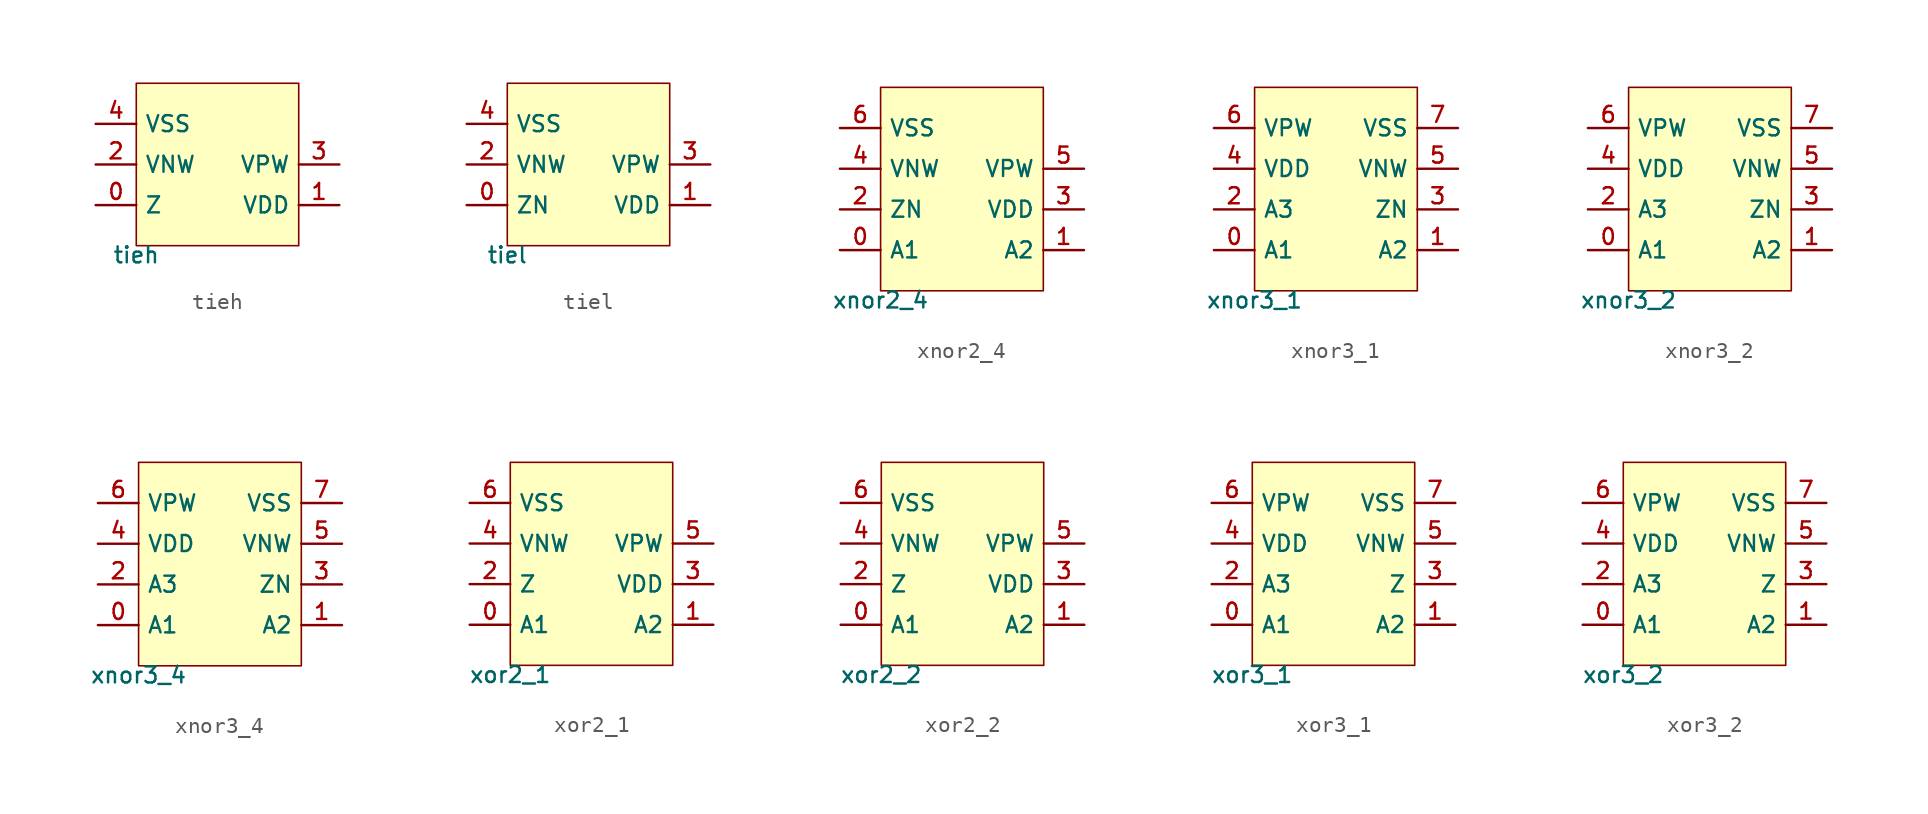
<source format=kicad_sym>
(kicad_symbol_lib
  (version 20211014)
  (generator pdk2kicad)
  (symbol "tieh"
    (property "Reference" "X"
      (at 0 0 0)
      (effects (font (size 1 1)) hide))
    (property "Value" "tieh"
      (at -5.08 -5.08 0)
      (effects (font (size 1 1)) (justify top)))
    (rectangle
      (start -5.08 -5.08)
      (end 5.08 5.08)
      (stroke (width 0.1) (type solid) (color 0 0 0 0))
      (fill (type background)))
    (pin bidirectional line
      (at -7.62 -2.54 0)
      (length 2.54)
      (name "Z" (effects (font (size 1 1)) hide))
      (number "0" (effects (font (size 1 1)) hide)))
    (pin bidirectional line
      (at 7.62 -2.54 180)
      (length 2.54)
      (name "VDD" (effects (font (size 1 1)) hide))
      (number "1" (effects (font (size 1 1)) hide)))
    (pin bidirectional line
      (at -7.62 0.0 0)
      (length 2.54)
      (name "VNW" (effects (font (size 1 1)) hide))
      (number "2" (effects (font (size 1 1)) hide)))
    (pin bidirectional line
      (at 7.62 0.0 180)
      (length 2.54)
      (name "VPW" (effects (font (size 1 1)) hide))
      (number "3" (effects (font (size 1 1)) hide)))
    (pin bidirectional line
      (at -7.62 2.54 0)
      (length 2.54)
      (name "VSS" (effects (font (size 1 1)) hide))
      (number "4" (effects (font (size 1 1)) hide))))
  (symbol "tiel"
    (property "Reference" "X"
      (at 0 0 0)
      (effects (font (size 1 1)) hide))
    (property "Value" "tiel"
      (at -5.08 -5.08 0)
      (effects (font (size 1 1)) (justify top)))
    (rectangle
      (start -5.08 -5.08)
      (end 5.08 5.08)
      (stroke (width 0.1) (type solid) (color 0 0 0 0))
      (fill (type background)))
    (pin bidirectional line
      (at -7.62 -2.54 0)
      (length 2.54)
      (name "ZN" (effects (font (size 1 1)) hide))
      (number "0" (effects (font (size 1 1)) hide)))
    (pin bidirectional line
      (at 7.62 -2.54 180)
      (length 2.54)
      (name "VDD" (effects (font (size 1 1)) hide))
      (number "1" (effects (font (size 1 1)) hide)))
    (pin bidirectional line
      (at -7.62 0.0 0)
      (length 2.54)
      (name "VNW" (effects (font (size 1 1)) hide))
      (number "2" (effects (font (size 1 1)) hide)))
    (pin bidirectional line
      (at 7.62 0.0 180)
      (length 2.54)
      (name "VPW" (effects (font (size 1 1)) hide))
      (number "3" (effects (font (size 1 1)) hide)))
    (pin bidirectional line
      (at -7.62 2.54 0)
      (length 2.54)
      (name "VSS" (effects (font (size 1 1)) hide))
      (number "4" (effects (font (size 1 1)) hide))))
  (symbol "xnor2_4"
    (property "Reference" "X"
      (at 0 0 0)
      (effects (font (size 1 1)) hide))
    (property "Value" "xnor2_4"
      (at -5.08 -6.35 0)
      (effects (font (size 1 1)) (justify top)))
    (rectangle
      (start -5.08 -6.35)
      (end 5.08 6.35)
      (stroke (width 0.1) (type solid) (color 0 0 0 0))
      (fill (type background)))
    (pin bidirectional line
      (at -7.62 -3.81 0)
      (length 2.54)
      (name "A1" (effects (font (size 1 1)) hide))
      (number "0" (effects (font (size 1 1)) hide)))
    (pin bidirectional line
      (at 7.62 -3.81 180)
      (length 2.54)
      (name "A2" (effects (font (size 1 1)) hide))
      (number "1" (effects (font (size 1 1)) hide)))
    (pin bidirectional line
      (at -7.62 -1.27 0)
      (length 2.54)
      (name "ZN" (effects (font (size 1 1)) hide))
      (number "2" (effects (font (size 1 1)) hide)))
    (pin bidirectional line
      (at 7.62 -1.27 180)
      (length 2.54)
      (name "VDD" (effects (font (size 1 1)) hide))
      (number "3" (effects (font (size 1 1)) hide)))
    (pin bidirectional line
      (at -7.62 1.27 0)
      (length 2.54)
      (name "VNW" (effects (font (size 1 1)) hide))
      (number "4" (effects (font (size 1 1)) hide)))
    (pin bidirectional line
      (at 7.62 1.27 180)
      (length 2.54)
      (name "VPW" (effects (font (size 1 1)) hide))
      (number "5" (effects (font (size 1 1)) hide)))
    (pin bidirectional line
      (at -7.62 3.81 0)
      (length 2.54)
      (name "VSS" (effects (font (size 1 1)) hide))
      (number "6" (effects (font (size 1 1)) hide))))
  (symbol "xnor3_1"
    (property "Reference" "X"
      (at 0 0 0)
      (effects (font (size 1 1)) hide))
    (property "Value" "xnor3_1"
      (at -5.08 -6.35 0)
      (effects (font (size 1 1)) (justify top)))
    (rectangle
      (start -5.08 -6.35)
      (end 5.08 6.35)
      (stroke (width 0.1) (type solid) (color 0 0 0 0))
      (fill (type background)))
    (pin bidirectional line
      (at -7.62 -3.81 0)
      (length 2.54)
      (name "A1" (effects (font (size 1 1)) hide))
      (number "0" (effects (font (size 1 1)) hide)))
    (pin bidirectional line
      (at 7.62 -3.81 180)
      (length 2.54)
      (name "A2" (effects (font (size 1 1)) hide))
      (number "1" (effects (font (size 1 1)) hide)))
    (pin bidirectional line
      (at -7.62 -1.27 0)
      (length 2.54)
      (name "A3" (effects (font (size 1 1)) hide))
      (number "2" (effects (font (size 1 1)) hide)))
    (pin bidirectional line
      (at 7.62 -1.27 180)
      (length 2.54)
      (name "ZN" (effects (font (size 1 1)) hide))
      (number "3" (effects (font (size 1 1)) hide)))
    (pin bidirectional line
      (at -7.62 1.27 0)
      (length 2.54)
      (name "VDD" (effects (font (size 1 1)) hide))
      (number "4" (effects (font (size 1 1)) hide)))
    (pin bidirectional line
      (at 7.62 1.27 180)
      (length 2.54)
      (name "VNW" (effects (font (size 1 1)) hide))
      (number "5" (effects (font (size 1 1)) hide)))
    (pin bidirectional line
      (at -7.62 3.81 0)
      (length 2.54)
      (name "VPW" (effects (font (size 1 1)) hide))
      (number "6" (effects (font (size 1 1)) hide)))
    (pin bidirectional line
      (at 7.62 3.81 180)
      (length 2.54)
      (name "VSS" (effects (font (size 1 1)) hide))
      (number "7" (effects (font (size 1 1)) hide))))
  (symbol "xnor3_2"
    (property "Reference" "X"
      (at 0 0 0)
      (effects (font (size 1 1)) hide))
    (property "Value" "xnor3_2"
      (at -5.08 -6.35 0)
      (effects (font (size 1 1)) (justify top)))
    (rectangle
      (start -5.08 -6.35)
      (end 5.08 6.35)
      (stroke (width 0.1) (type solid) (color 0 0 0 0))
      (fill (type background)))
    (pin bidirectional line
      (at -7.62 -3.81 0)
      (length 2.54)
      (name "A1" (effects (font (size 1 1)) hide))
      (number "0" (effects (font (size 1 1)) hide)))
    (pin bidirectional line
      (at 7.62 -3.81 180)
      (length 2.54)
      (name "A2" (effects (font (size 1 1)) hide))
      (number "1" (effects (font (size 1 1)) hide)))
    (pin bidirectional line
      (at -7.62 -1.27 0)
      (length 2.54)
      (name "A3" (effects (font (size 1 1)) hide))
      (number "2" (effects (font (size 1 1)) hide)))
    (pin bidirectional line
      (at 7.62 -1.27 180)
      (length 2.54)
      (name "ZN" (effects (font (size 1 1)) hide))
      (number "3" (effects (font (size 1 1)) hide)))
    (pin bidirectional line
      (at -7.62 1.27 0)
      (length 2.54)
      (name "VDD" (effects (font (size 1 1)) hide))
      (number "4" (effects (font (size 1 1)) hide)))
    (pin bidirectional line
      (at 7.62 1.27 180)
      (length 2.54)
      (name "VNW" (effects (font (size 1 1)) hide))
      (number "5" (effects (font (size 1 1)) hide)))
    (pin bidirectional line
      (at -7.62 3.81 0)
      (length 2.54)
      (name "VPW" (effects (font (size 1 1)) hide))
      (number "6" (effects (font (size 1 1)) hide)))
    (pin bidirectional line
      (at 7.62 3.81 180)
      (length 2.54)
      (name "VSS" (effects (font (size 1 1)) hide))
      (number "7" (effects (font (size 1 1)) hide))))
  (symbol "xnor3_4"
    (property "Reference" "X"
      (at 0 0 0)
      (effects (font (size 1 1)) hide))
    (property "Value" "xnor3_4"
      (at -5.08 -6.35 0)
      (effects (font (size 1 1)) (justify top)))
    (rectangle
      (start -5.08 -6.35)
      (end 5.08 6.35)
      (stroke (width 0.1) (type solid) (color 0 0 0 0))
      (fill (type background)))
    (pin bidirectional line
      (at -7.62 -3.81 0)
      (length 2.54)
      (name "A1" (effects (font (size 1 1)) hide))
      (number "0" (effects (font (size 1 1)) hide)))
    (pin bidirectional line
      (at 7.62 -3.81 180)
      (length 2.54)
      (name "A2" (effects (font (size 1 1)) hide))
      (number "1" (effects (font (size 1 1)) hide)))
    (pin bidirectional line
      (at -7.62 -1.27 0)
      (length 2.54)
      (name "A3" (effects (font (size 1 1)) hide))
      (number "2" (effects (font (size 1 1)) hide)))
    (pin bidirectional line
      (at 7.62 -1.27 180)
      (length 2.54)
      (name "ZN" (effects (font (size 1 1)) hide))
      (number "3" (effects (font (size 1 1)) hide)))
    (pin bidirectional line
      (at -7.62 1.27 0)
      (length 2.54)
      (name "VDD" (effects (font (size 1 1)) hide))
      (number "4" (effects (font (size 1 1)) hide)))
    (pin bidirectional line
      (at 7.62 1.27 180)
      (length 2.54)
      (name "VNW" (effects (font (size 1 1)) hide))
      (number "5" (effects (font (size 1 1)) hide)))
    (pin bidirectional line
      (at -7.62 3.81 0)
      (length 2.54)
      (name "VPW" (effects (font (size 1 1)) hide))
      (number "6" (effects (font (size 1 1)) hide)))
    (pin bidirectional line
      (at 7.62 3.81 180)
      (length 2.54)
      (name "VSS" (effects (font (size 1 1)) hide))
      (number "7" (effects (font (size 1 1)) hide))))
  (symbol "xor2_1"
    (property "Reference" "X"
      (at 0 0 0)
      (effects (font (size 1 1)) hide))
    (property "Value" "xor2_1"
      (at -5.08 -6.35 0)
      (effects (font (size 1 1)) (justify top)))
    (rectangle
      (start -5.08 -6.35)
      (end 5.08 6.35)
      (stroke (width 0.1) (type solid) (color 0 0 0 0))
      (fill (type background)))
    (pin bidirectional line
      (at -7.62 -3.81 0)
      (length 2.54)
      (name "A1" (effects (font (size 1 1)) hide))
      (number "0" (effects (font (size 1 1)) hide)))
    (pin bidirectional line
      (at 7.62 -3.81 180)
      (length 2.54)
      (name "A2" (effects (font (size 1 1)) hide))
      (number "1" (effects (font (size 1 1)) hide)))
    (pin bidirectional line
      (at -7.62 -1.27 0)
      (length 2.54)
      (name "Z" (effects (font (size 1 1)) hide))
      (number "2" (effects (font (size 1 1)) hide)))
    (pin bidirectional line
      (at 7.62 -1.27 180)
      (length 2.54)
      (name "VDD" (effects (font (size 1 1)) hide))
      (number "3" (effects (font (size 1 1)) hide)))
    (pin bidirectional line
      (at -7.62 1.27 0)
      (length 2.54)
      (name "VNW" (effects (font (size 1 1)) hide))
      (number "4" (effects (font (size 1 1)) hide)))
    (pin bidirectional line
      (at 7.62 1.27 180)
      (length 2.54)
      (name "VPW" (effects (font (size 1 1)) hide))
      (number "5" (effects (font (size 1 1)) hide)))
    (pin bidirectional line
      (at -7.62 3.81 0)
      (length 2.54)
      (name "VSS" (effects (font (size 1 1)) hide))
      (number "6" (effects (font (size 1 1)) hide))))
  (symbol "xor2_2"
    (property "Reference" "X"
      (at 0 0 0)
      (effects (font (size 1 1)) hide))
    (property "Value" "xor2_2"
      (at -5.08 -6.35 0)
      (effects (font (size 1 1)) (justify top)))
    (rectangle
      (start -5.08 -6.35)
      (end 5.08 6.35)
      (stroke (width 0.1) (type solid) (color 0 0 0 0))
      (fill (type background)))
    (pin bidirectional line
      (at -7.62 -3.81 0)
      (length 2.54)
      (name "A1" (effects (font (size 1 1)) hide))
      (number "0" (effects (font (size 1 1)) hide)))
    (pin bidirectional line
      (at 7.62 -3.81 180)
      (length 2.54)
      (name "A2" (effects (font (size 1 1)) hide))
      (number "1" (effects (font (size 1 1)) hide)))
    (pin bidirectional line
      (at -7.62 -1.27 0)
      (length 2.54)
      (name "Z" (effects (font (size 1 1)) hide))
      (number "2" (effects (font (size 1 1)) hide)))
    (pin bidirectional line
      (at 7.62 -1.27 180)
      (length 2.54)
      (name "VDD" (effects (font (size 1 1)) hide))
      (number "3" (effects (font (size 1 1)) hide)))
    (pin bidirectional line
      (at -7.62 1.27 0)
      (length 2.54)
      (name "VNW" (effects (font (size 1 1)) hide))
      (number "4" (effects (font (size 1 1)) hide)))
    (pin bidirectional line
      (at 7.62 1.27 180)
      (length 2.54)
      (name "VPW" (effects (font (size 1 1)) hide))
      (number "5" (effects (font (size 1 1)) hide)))
    (pin bidirectional line
      (at -7.62 3.81 0)
      (length 2.54)
      (name "VSS" (effects (font (size 1 1)) hide))
      (number "6" (effects (font (size 1 1)) hide))))
  (symbol "xor3_1"
    (property "Reference" "X"
      (at 0 0 0)
      (effects (font (size 1 1)) hide))
    (property "Value" "xor3_1"
      (at -5.08 -6.35 0)
      (effects (font (size 1 1)) (justify top)))
    (rectangle
      (start -5.08 -6.35)
      (end 5.08 6.35)
      (stroke (width 0.1) (type solid) (color 0 0 0 0))
      (fill (type background)))
    (pin bidirectional line
      (at -7.62 -3.81 0)
      (length 2.54)
      (name "A1" (effects (font (size 1 1)) hide))
      (number "0" (effects (font (size 1 1)) hide)))
    (pin bidirectional line
      (at 7.62 -3.81 180)
      (length 2.54)
      (name "A2" (effects (font (size 1 1)) hide))
      (number "1" (effects (font (size 1 1)) hide)))
    (pin bidirectional line
      (at -7.62 -1.27 0)
      (length 2.54)
      (name "A3" (effects (font (size 1 1)) hide))
      (number "2" (effects (font (size 1 1)) hide)))
    (pin bidirectional line
      (at 7.62 -1.27 180)
      (length 2.54)
      (name "Z" (effects (font (size 1 1)) hide))
      (number "3" (effects (font (size 1 1)) hide)))
    (pin bidirectional line
      (at -7.62 1.27 0)
      (length 2.54)
      (name "VDD" (effects (font (size 1 1)) hide))
      (number "4" (effects (font (size 1 1)) hide)))
    (pin bidirectional line
      (at 7.62 1.27 180)
      (length 2.54)
      (name "VNW" (effects (font (size 1 1)) hide))
      (number "5" (effects (font (size 1 1)) hide)))
    (pin bidirectional line
      (at -7.62 3.81 0)
      (length 2.54)
      (name "VPW" (effects (font (size 1 1)) hide))
      (number "6" (effects (font (size 1 1)) hide)))
    (pin bidirectional line
      (at 7.62 3.81 180)
      (length 2.54)
      (name "VSS" (effects (font (size 1 1)) hide))
      (number "7" (effects (font (size 1 1)) hide))))
  (symbol "xor3_2"
    (property "Reference" "X"
      (at 0 0 0)
      (effects (font (size 1 1)) hide))
    (property "Value" "xor3_2"
      (at -5.08 -6.35 0)
      (effects (font (size 1 1)) (justify top)))
    (rectangle
      (start -5.08 -6.35)
      (end 5.08 6.35)
      (stroke (width 0.1) (type solid) (color 0 0 0 0))
      (fill (type background)))
    (pin bidirectional line
      (at -7.62 -3.81 0)
      (length 2.54)
      (name "A1" (effects (font (size 1 1)) hide))
      (number "0" (effects (font (size 1 1)) hide)))
    (pin bidirectional line
      (at 7.62 -3.81 180)
      (length 2.54)
      (name "A2" (effects (font (size 1 1)) hide))
      (number "1" (effects (font (size 1 1)) hide)))
    (pin bidirectional line
      (at -7.62 -1.27 0)
      (length 2.54)
      (name "A3" (effects (font (size 1 1)) hide))
      (number "2" (effects (font (size 1 1)) hide)))
    (pin bidirectional line
      (at 7.62 -1.27 180)
      (length 2.54)
      (name "Z" (effects (font (size 1 1)) hide))
      (number "3" (effects (font (size 1 1)) hide)))
    (pin bidirectional line
      (at -7.62 1.27 0)
      (length 2.54)
      (name "VDD" (effects (font (size 1 1)) hide))
      (number "4" (effects (font (size 1 1)) hide)))
    (pin bidirectional line
      (at 7.62 1.27 180)
      (length 2.54)
      (name "VNW" (effects (font (size 1 1)) hide))
      (number "5" (effects (font (size 1 1)) hide)))
    (pin bidirectional line
      (at -7.62 3.81 0)
      (length 2.54)
      (name "VPW" (effects (font (size 1 1)) hide))
      (number "6" (effects (font (size 1 1)) hide)))
    (pin bidirectional line
      (at 7.62 3.81 180)
      (length 2.54)
      (name "VSS" (effects (font (size 1 1)) hide))
      (number "7" (effects (font (size 1 1)) hide)))))
</source>
